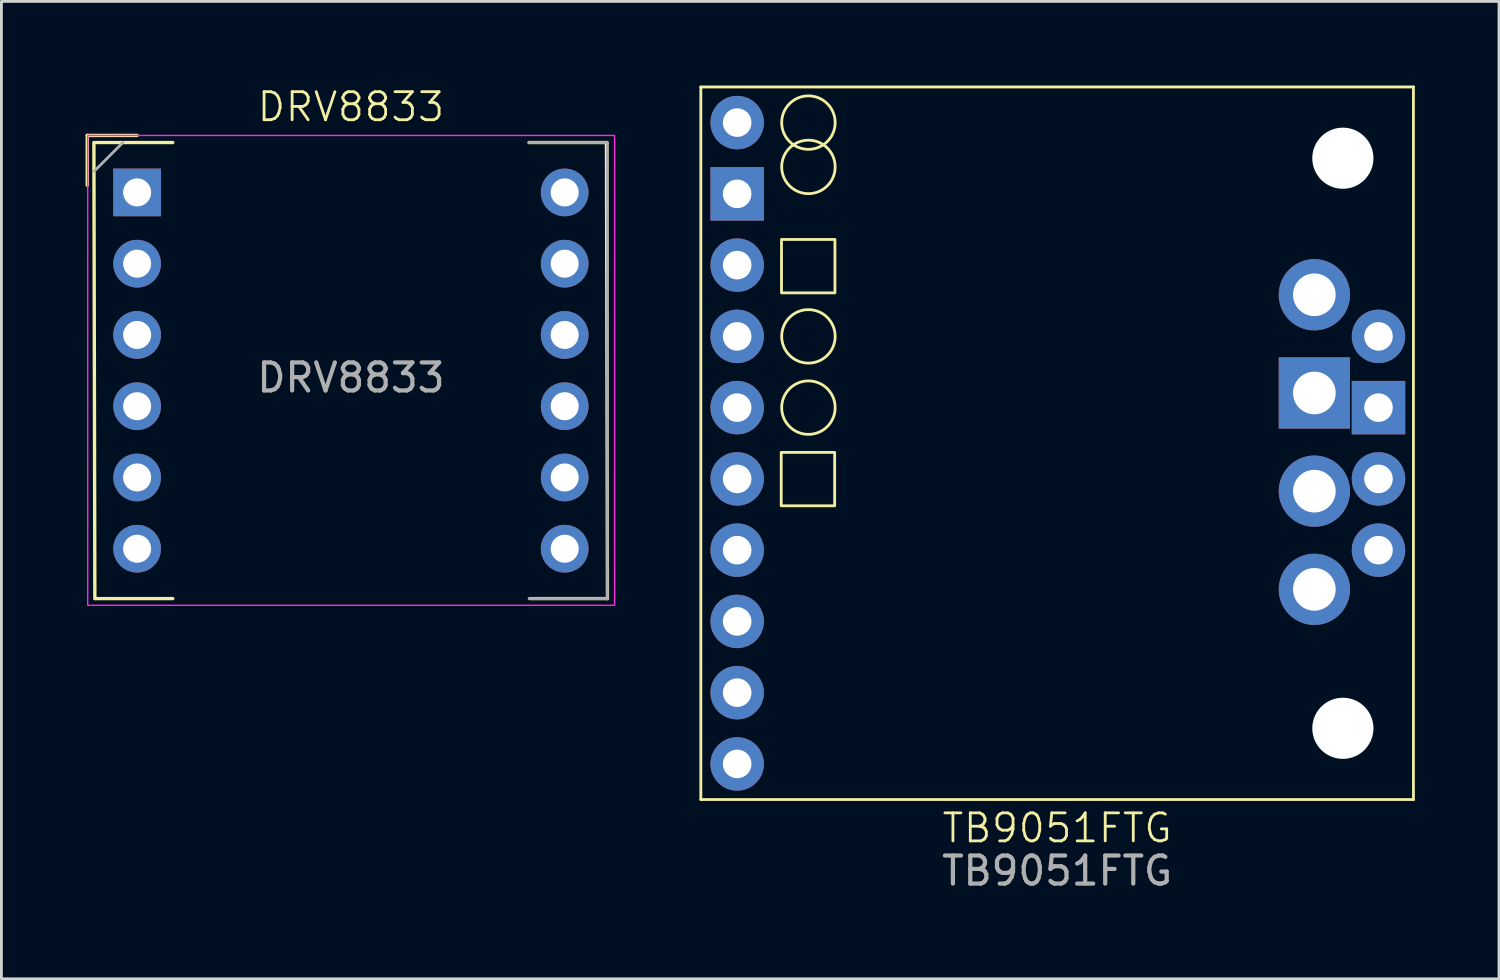
<source format=kicad_pcb>
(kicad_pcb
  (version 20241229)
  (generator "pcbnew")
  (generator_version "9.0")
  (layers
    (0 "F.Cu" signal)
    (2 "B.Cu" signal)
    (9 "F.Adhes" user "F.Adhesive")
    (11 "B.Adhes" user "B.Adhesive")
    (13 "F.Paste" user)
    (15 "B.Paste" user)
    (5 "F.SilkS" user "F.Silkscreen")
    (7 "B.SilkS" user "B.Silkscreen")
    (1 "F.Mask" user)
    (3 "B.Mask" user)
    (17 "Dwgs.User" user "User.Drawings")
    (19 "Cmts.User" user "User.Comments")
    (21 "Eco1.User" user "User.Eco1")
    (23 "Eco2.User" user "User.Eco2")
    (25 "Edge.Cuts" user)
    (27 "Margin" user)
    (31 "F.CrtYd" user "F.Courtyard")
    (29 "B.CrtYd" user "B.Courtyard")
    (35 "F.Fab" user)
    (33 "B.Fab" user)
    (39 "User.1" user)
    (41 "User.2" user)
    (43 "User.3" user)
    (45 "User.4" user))
  (footprint "DRV8833"
    (layer "F.Cu")
    (at 9.458 10.159)
    (property "Reference" "DRV8833" (at 0 -9.398 0) (unlocked yes) (layer "F.SilkS") (effects (font (size 1 1) (thickness 0.1))))
    (attr through_hole)
    (fp_line (start -9.398 -8.382) (end -9.398 -6.604) (stroke (width 0.12) (type solid)) (layer "F.SilkS"))
    (fp_line (start -9.398 -8.382) (end -7.62 -8.382) (stroke (width 0.12) (type solid)) (layer "F.SilkS"))
    (fp_line (start -9.161 -8.128) (end -9.127 8.128) (stroke (width 0.12) (type solid)) (layer "F.SilkS"))
    (fp_line (start -9.11 -8.128) (end -6.35 -8.128) (stroke (width 0.12) (type solid)) (layer "F.SilkS"))
    (fp_line (start -9.11 8.128) (end -6.35 8.128) (stroke (width 0.12) (type solid)) (layer "F.SilkS"))
    (fp_line (start 6.35 -8.128) (end 9.11 -8.128) (stroke (width 0.12) (type solid)) (layer "F.SilkS"))
    (fp_line (start 6.384 8.128) (end 9.144 8.128) (stroke (width 0.12) (type solid)) (layer "F.SilkS"))
    (fp_line (start 9.11 -8.128) (end 9.144 8.128) (stroke (width 0.12) (type solid)) (layer "F.SilkS"))
    (fp_rect (start -9.382 -8.382) (end 9.398 8.366) (stroke (width 0.05) (type solid)) (fill no) (layer "F.CrtYd"))
    (fp_line (start -9.144 -7.112) (end -8.128 -8.128) (stroke (width 0.1) (type solid)) (layer "F.Fab"))
    (fp_line (start 6.35 -8.128) (end 9.144 -8.128) (stroke (width 0.1) (type solid)) (layer "F.Fab"))
    (fp_line (start 9.144 -8.128) (end 9.144 8.128) (stroke (width 0.1) (type solid)) (layer "F.Fab"))
    (fp_line (start 9.144 8.128) (end 6.35 8.128) (stroke (width 0.1) (type solid)) (layer "F.Fab"))
    (fp_text user "${REFERENCE}" (at 0 0.254 0) (unlocked yes) (layer "F.Fab") (effects (font (size 1 1) (thickness 0.15))))
    (pad "1" thru_hole rect (at -7.62 -6.35) (size 1.7 1.7) (drill 1) (layers "*.Cu" "*.Mask"))
    (pad "2" thru_hole circle (at -7.62 -3.81) (size 1.7 1.7) (drill 1) (layers "*.Cu" "*.Mask"))
    (pad "3" thru_hole circle (at -7.62 -1.27) (size 1.7 1.7) (drill 1) (layers "*.Cu" "*.Mask"))
    (pad "4" thru_hole circle (at -7.62 1.27) (size 1.7 1.7) (drill 1) (layers "*.Cu" "*.Mask"))
    (pad "5" thru_hole circle (at -7.62 3.81) (size 1.7 1.7) (drill 1) (layers "*.Cu" "*.Mask"))
    (pad "6" thru_hole circle (at -7.62 6.35) (size 1.7 1.7) (drill 1) (layers "*.Cu" "*.Mask"))
    (pad "7" thru_hole circle (at 7.62 6.35) (size 1.7 1.7) (drill 1) (layers "*.Cu" "*.Mask"))
    (pad "8" thru_hole circle (at 7.62 3.81) (size 1.7 1.7) (drill 1) (layers "*.Cu" "*.Mask"))
    (pad "9" thru_hole circle (at 7.62 1.27) (size 1.7 1.7) (drill 1) (layers "*.Cu" "*.Mask"))
    (pad "10" thru_hole circle (at 7.62 -1.27) (size 1.7 1.7) (drill 1) (layers "*.Cu" "*.Mask"))
    (pad "11" thru_hole circle (at 7.62 -3.81) (size 1.7 1.7) (drill 1) (layers "*.Cu" "*.Mask"))
    (pad "12" thru_hole circle (at 7.62 -6.35) (size 1.7 1.7) (drill 1) (layers "*.Cu" "*.Mask")))
  (footprint "TB9051FTG"
    (layer "F.Cu")
    (at 34.631 12.75)
    (property "Reference" "TB9051FTG" (at 0 13.716 0) (unlocked yes) (layer "F.SilkS") (effects (font (size 1 1) (thickness 0.1))))
    (attr through_hole)
    (fp_line (start -12.7 -12.7) (end 12.7 -12.7) (stroke (width 0.1) (type default)) (layer "F.SilkS"))
    (fp_line (start -12.7 12.7) (end -12.7 -12.7) (stroke (width 0.1) (type default)) (layer "F.SilkS"))
    (fp_line (start -12.7 12.7) (end 12.7 12.7) (stroke (width 0.1) (type default)) (layer "F.SilkS"))
    (fp_line (start 12.7 12.7) (end 12.7 -12.7) (stroke (width 0.1) (type default)) (layer "F.SilkS"))
    (fp_rect (start -9.835 0.325) (end -7.93 2.23) (stroke (width 0.1) (type solid)) (fill no) (layer "F.SilkS"))
    (fp_rect (start -9.825 -7.265) (end -7.92 -5.36) (stroke (width 0.1) (type solid)) (fill no) (layer "F.SilkS"))
    (fp_circle (center -8.865 -11.43) (end -7.912 -11.43) (stroke (width 0.1) (type solid)) (fill no) (layer "F.SilkS"))
    (fp_circle (center -8.865 -9.85) (end -7.912 -9.85) (stroke (width 0.1) (type solid)) (fill no) (layer "F.SilkS"))
    (fp_circle (center -8.865 -3.81) (end -7.912 -3.81) (stroke (width 0.1) (type solid)) (fill no) (layer "F.SilkS"))
    (fp_circle (center -8.865 -1.27) (end -7.912 -1.27) (stroke (width 0.1) (type solid)) (fill no) (layer "F.SilkS"))
    (fp_text user "${REFERENCE}" (at 0 15.24 0) (unlocked yes) (layer "F.Fab") (effects (font (size 1 1) (thickness 0.15))))
    (pad "" np_thru_hole circle (at 10.185 -10.16) (size 2.18 2.18) (drill 2.18) (layers "*.Cu" "*.Mask"))
    (pad "" np_thru_hole circle (at 10.185 10.16) (size 2.18 2.18) (drill 2.18) (layers "*.Cu" "*.Mask"))
    (pad "1" thru_hole circle (at -11.405 -11.43) (size 1.905 1.905) (drill 1.02) (layers "*.Cu" "*.Mask"))
    (pad "2" thru_hole rect (at -11.405 -8.89) (size 1.905 1.905) (drill 1.02) (layers "*.Cu" "*.Mask"))
    (pad "3" thru_hole circle (at -11.405 -6.35) (size 1.905 1.905) (drill 1.02) (layers "*.Cu" "*.Mask"))
    (pad "4" thru_hole circle (at -11.405 -3.81) (size 1.905 1.905) (drill 1.02) (layers "*.Cu" "*.Mask"))
    (pad "5" thru_hole circle (at -11.405 -1.27) (size 1.905 1.905) (drill 1.02) (layers "*.Cu" "*.Mask"))
    (pad "6" thru_hole circle (at -11.405 1.27) (size 1.905 1.905) (drill 1.02) (layers "*.Cu" "*.Mask"))
    (pad "7" thru_hole circle (at -11.405 3.81) (size 1.905 1.905) (drill 1.02) (layers "*.Cu" "*.Mask"))
    (pad "8" thru_hole circle (at -11.405 6.35) (size 1.905 1.905) (drill 1.02) (layers "*.Cu" "*.Mask"))
    (pad "9" thru_hole circle (at -11.405 8.89) (size 1.905 1.905) (drill 1.02) (layers "*.Cu" "*.Mask"))
    (pad "10" thru_hole circle (at -11.405 11.43) (size 1.905 1.905) (drill 1.02) (layers "*.Cu" "*.Mask"))
    (pad "11" thru_hole circle (at 9.169 5.207) (size 2.54 2.54) (drill 1.52) (layers "*.Cu" "*.Mask"))
    (pad "11" thru_hole circle (at 11.455 3.81) (size 1.905 1.905) (drill 1.02) (layers "*.Cu" "*.Mask"))
    (pad "12" thru_hole circle (at 9.169 1.707) (size 2.54 2.54) (drill 1.52) (layers "*.Cu" "*.Mask"))
    (pad "12" thru_hole circle (at 11.455 1.27) (size 1.905 1.905) (drill 1.02) (layers "*.Cu" "*.Mask"))
    (pad "13" thru_hole rect (at 9.169 -1.793) (size 2.54 2.54) (drill 1.52) (layers "*.Cu" "*.Mask"))
    (pad "13" thru_hole rect (at 11.455 -1.27) (size 1.905 1.905) (drill 1.02) (layers "*.Cu" "*.Mask"))
    (pad "14" thru_hole circle (at 9.169 -5.293) (size 2.54 2.54) (drill 1.52) (layers "*.Cu" "*.Mask"))
    (pad "14" thru_hole circle (at 11.455 -3.81) (size 1.905 1.905) (drill 1.02) (layers "*.Cu" "*.Mask")))
  (gr_rect
    (start -3 -3)
    (end 50.381 31.838)
    (stroke (width 0.1) (type default))
    (fill no)
    (layer "Edge.Cuts")))
</source>
